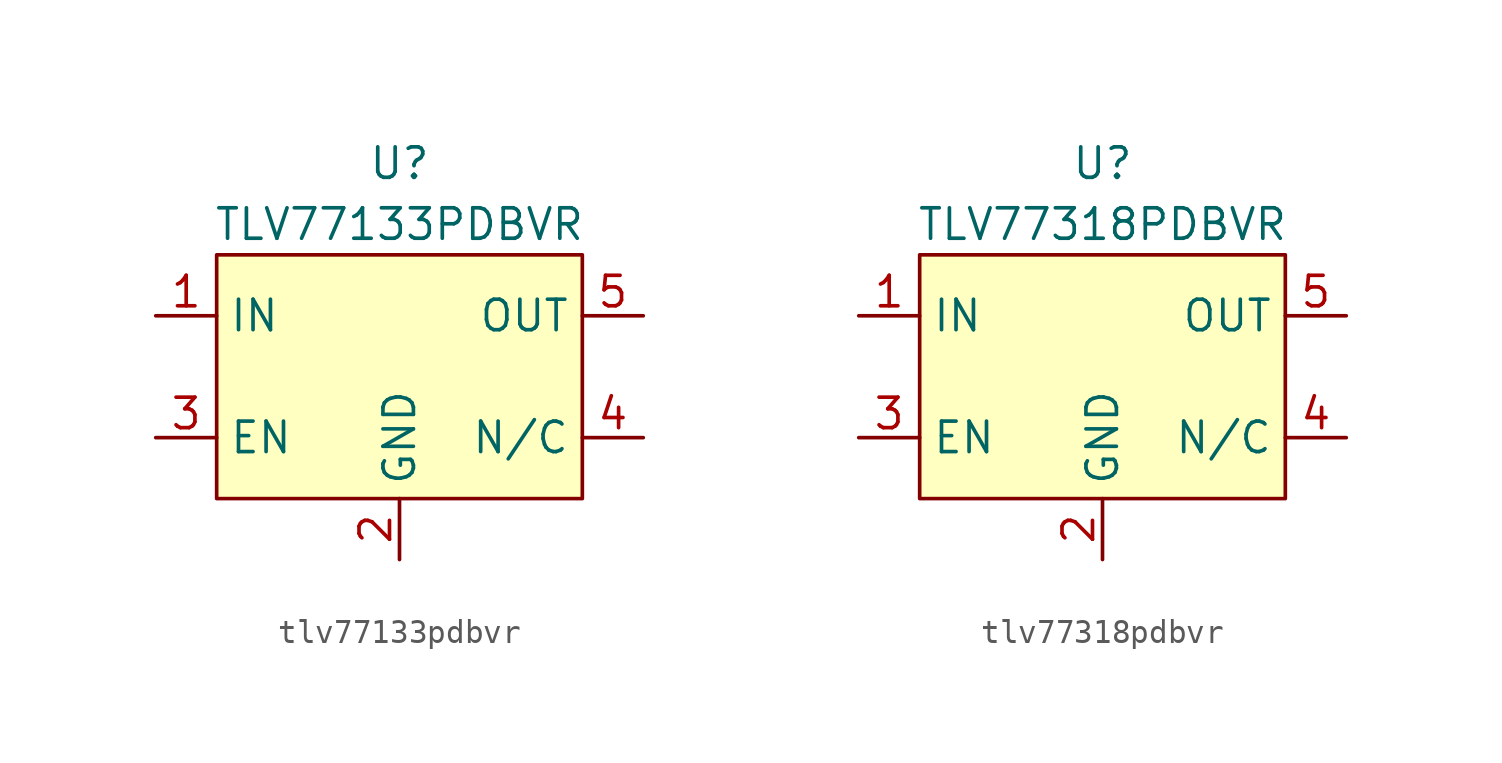
<source format=kicad_sym>
(kicad_symbol_lib
  (version 20241209)
  (generator "kicad_symbol_editor")
  (generator_version "9.0")
  (symbol "tlv77133pdbvr"
    (property "Reference" "U"
      (at 0 8.89 0)
      (effects (font (size 1.27 1.27))))
    (property "Value" "TLV77133PDBVR"
      (at 0 6.35 0)
      (effects (font (size 1.27 1.27))))
    (symbol "tlv77133pdbvr_0_0"
      (pin power_in line (at -10.16 2.54 0) (length 2.54) (name "IN" (effects (font (size 1.27 1.27)))) (number "1" (effects (font (size 1.27 1.27)))))
      (pin power_out line (at 10.16 2.54 180) (length 2.54) (name "OUT" (effects (font (size 1.27 1.27)))) (number "5" (effects (font (size 1.27 1.27))))))
    (symbol "tlv77133pdbvr_1_0"
      (pin input line (at -10.16 -2.54 0) (length 2.54) (name "EN" (effects (font (size 1.27 1.27)))) (number "3" (effects (font (size 1.27 1.27)))))
      (pin power_in line (at 0 -7.62 90) (length 2.54) (name "GND" (effects (font (size 1.27 1.27)))) (number "2" (effects (font (size 1.27 1.27)))))
      (pin passive line (at 10.16 -2.54 180) (length 2.54) (name "N/C" (effects (font (size 1.27 1.27)))) (number "4" (effects (font (size 1.27 1.27))))))
    (symbol "tlv77133pdbvr_1_1"
      (rectangle (start -7.62 5.08) (end 7.62 -5.08) (stroke (width 0) (type default)) (fill (type background)))))
  (symbol "tlv77318pdbvr"
    (property "Reference" "U"
      (at 0 8.89 0)
      (effects (font (size 1.27 1.27))))
    (property "Value" "TLV77318PDBVR"
      (at 0 6.35 0)
      (effects (font (size 1.27 1.27))))
    (symbol "tlv77318pdbvr_0_0"
      (pin power_in line (at -10.16 2.54 0) (length 2.54) (name "IN" (effects (font (size 1.27 1.27)))) (number "1" (effects (font (size 1.27 1.27)))))
      (pin power_out line (at 10.16 2.54 180) (length 2.54) (name "OUT" (effects (font (size 1.27 1.27)))) (number "5" (effects (font (size 1.27 1.27))))))
    (symbol "tlv77318pdbvr_1_0"
      (pin input line (at -10.16 -2.54 0) (length 2.54) (name "EN" (effects (font (size 1.27 1.27)))) (number "3" (effects (font (size 1.27 1.27)))))
      (pin power_in line (at 0 -7.62 90) (length 2.54) (name "GND" (effects (font (size 1.27 1.27)))) (number "2" (effects (font (size 1.27 1.27)))))
      (pin passive line (at 10.16 -2.54 180) (length 2.54) (name "N/C" (effects (font (size 1.27 1.27)))) (number "4" (effects (font (size 1.27 1.27))))))
    (symbol "tlv77318pdbvr_1_1"
      (rectangle (start -7.62 5.08) (end 7.62 -5.08) (stroke (width 0) (type default)) (fill (type background))))))
</source>
